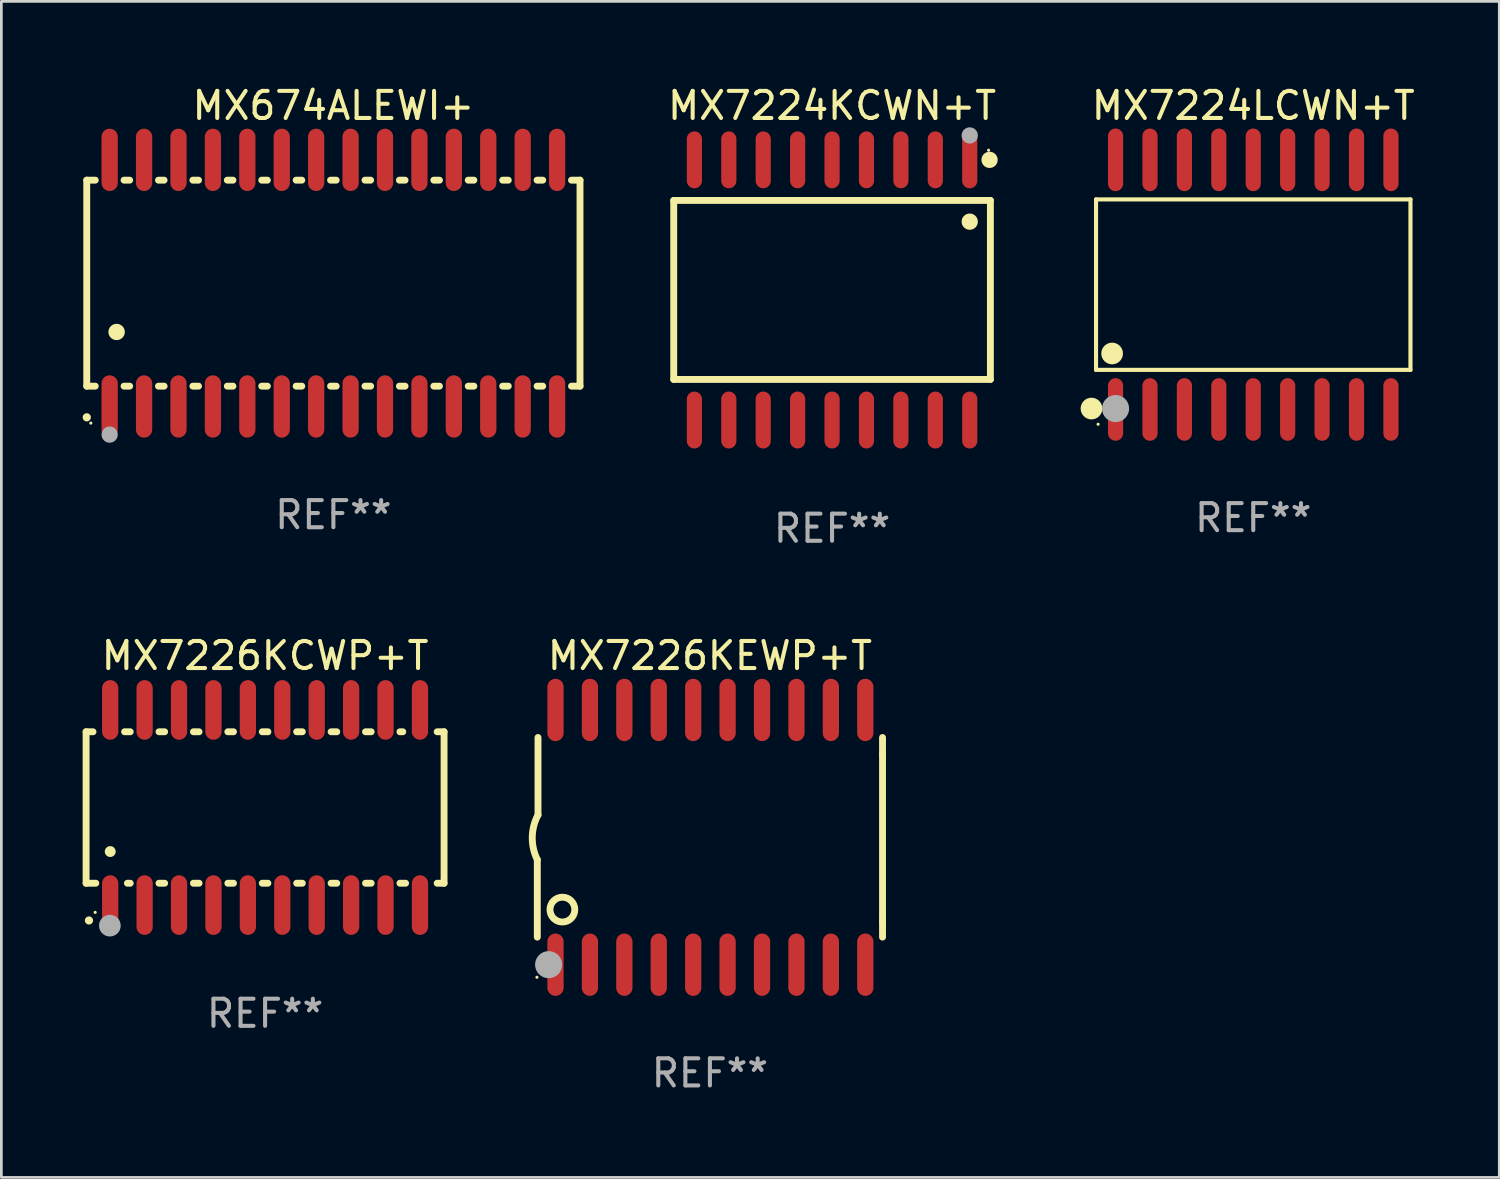
<source format=kicad_pcb>
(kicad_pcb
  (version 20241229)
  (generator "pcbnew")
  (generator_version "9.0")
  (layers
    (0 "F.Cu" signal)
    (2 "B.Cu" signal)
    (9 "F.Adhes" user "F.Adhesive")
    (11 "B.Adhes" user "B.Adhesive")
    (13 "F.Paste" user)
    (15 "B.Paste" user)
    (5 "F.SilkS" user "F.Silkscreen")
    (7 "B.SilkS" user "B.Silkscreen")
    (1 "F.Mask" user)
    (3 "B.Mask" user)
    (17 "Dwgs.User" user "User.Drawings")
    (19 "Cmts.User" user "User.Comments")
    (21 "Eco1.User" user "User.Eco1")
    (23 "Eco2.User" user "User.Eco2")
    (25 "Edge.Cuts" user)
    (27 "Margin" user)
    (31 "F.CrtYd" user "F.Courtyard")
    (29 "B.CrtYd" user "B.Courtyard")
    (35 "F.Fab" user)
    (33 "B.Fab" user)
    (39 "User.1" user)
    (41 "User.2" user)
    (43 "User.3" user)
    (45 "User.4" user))
  (footprint "MX7224LCWN+T"
    (layer "F.Cu")
    (at 43.192 7.453)
    (property "Reference" "MX7224LCWN+T" (at 0 -6.605 0) (layer "F.SilkS") (effects (font (size 1 1) (thickness 0.15))))
    (attr through_hole)
    (fp_line (start -5.801 -3.145) (end 5.801 -3.145) (stroke (width 0.152) (type solid)) (layer "F.SilkS"))
    (fp_line (start -5.801 3.145) (end -5.801 -3.145) (stroke (width 0.152) (type solid)) (layer "F.SilkS"))
    (fp_line (start 5.801 -3.145) (end 5.801 3.145) (stroke (width 0.152) (type solid)) (layer "F.SilkS"))
    (fp_line (start 5.801 3.145) (end -5.801 3.145) (stroke (width 0.152) (type solid)) (layer "F.SilkS"))
    (fp_circle (center -5.969 4.572) (end -5.769 4.572) (stroke (width 0.4) (type solid)) (fill no) (layer "F.SilkS"))
    (fp_circle (center -5.725 5.15) (end -5.695 5.15) (stroke (width 0.06) (type solid)) (fill no) (layer "F.SilkS"))
    (fp_circle (center -5.207 2.54) (end -5.007 2.54) (stroke (width 0.4) (type solid)) (fill no) (layer "F.SilkS"))
    (fp_circle (center -5.08 4.572) (end -4.83 4.572) (stroke (width 0.5) (type solid)) (fill no) (layer "F.Fab"))
    (fp_text user "REF**" (at 0 8.605 0) (layer "F.Fab") (effects (font (size 1 1) (thickness 0.15))))
    (pad "1" smd oval (at -5.08 4.605) (size 0.56 2.31) (layers "F.Cu" "F.Mask" "F.Paste"))
    (pad "2" smd oval (at -3.81 4.605) (size 0.56 2.31) (layers "F.Cu" "F.Mask" "F.Paste"))
    (pad "3" smd oval (at -2.54 4.605) (size 0.56 2.31) (layers "F.Cu" "F.Mask" "F.Paste"))
    (pad "4" smd oval (at -1.27 4.605) (size 0.56 2.31) (layers "F.Cu" "F.Mask" "F.Paste"))
    (pad "5" smd oval (at 0 4.605) (size 0.56 2.31) (layers "F.Cu" "F.Mask" "F.Paste"))
    (pad "6" smd oval (at 1.27 4.605) (size 0.56 2.31) (layers "F.Cu" "F.Mask" "F.Paste"))
    (pad "7" smd oval (at 2.54 4.605) (size 0.56 2.31) (layers "F.Cu" "F.Mask" "F.Paste"))
    (pad "8" smd oval (at 3.81 4.605) (size 0.56 2.31) (layers "F.Cu" "F.Mask" "F.Paste"))
    (pad "9" smd oval (at 5.08 4.605) (size 0.56 2.31) (layers "F.Cu" "F.Mask" "F.Paste"))
    (pad "10" smd oval (at 5.08 -4.605) (size 0.56 2.31) (layers "F.Cu" "F.Mask" "F.Paste"))
    (pad "11" smd oval (at 3.81 -4.605) (size 0.56 2.31) (layers "F.Cu" "F.Mask" "F.Paste"))
    (pad "12" smd oval (at 2.54 -4.605) (size 0.56 2.31) (layers "F.Cu" "F.Mask" "F.Paste"))
    (pad "13" smd oval (at 1.27 -4.605) (size 0.56 2.31) (layers "F.Cu" "F.Mask" "F.Paste"))
    (pad "14" smd oval (at 0 -4.605) (size 0.56 2.31) (layers "F.Cu" "F.Mask" "F.Paste"))
    (pad "15" smd oval (at -1.27 -4.605) (size 0.56 2.31) (layers "F.Cu" "F.Mask" "F.Paste"))
    (pad "16" smd oval (at -2.54 -4.605) (size 0.56 2.31) (layers "F.Cu" "F.Mask" "F.Paste"))
    (pad "17" smd oval (at -3.81 -4.605) (size 0.56 2.31) (layers "F.Cu" "F.Mask" "F.Paste"))
    (pad "18" smd oval (at -5.08 -4.605) (size 0.56 2.31) (layers "F.Cu" "F.Mask" "F.Paste")))
  (footprint "MX7224KCWN+T"
    (layer "F.Cu")
    (at 27.651 7.648)
    (property "Reference" "MX7224KCWN+T" (at 0 -6.8 0) (layer "F.SilkS") (effects (font (size 1 1) (thickness 0.15))))
    (attr through_hole)
    (fp_line (start -5.842 -3.302) (end -5.842 3.302) (stroke (width 0.254) (type solid)) (layer "F.SilkS"))
    (fp_line (start -5.842 3.302) (end 5.842 3.302) (stroke (width 0.254) (type solid)) (layer "F.SilkS"))
    (fp_line (start 5.842 -3.302) (end -5.842 -3.302) (stroke (width 0.254) (type solid)) (layer "F.SilkS"))
    (fp_line (start 5.842 3.302) (end 5.842 -3.302) (stroke (width 0.254) (type solid)) (layer "F.SilkS"))
    (fp_circle (center 5.08 -2.519) (end 5.23 -2.519) (stroke (width 0.3) (type solid)) (fill no) (layer "F.SilkS"))
    (fp_circle (center 5.775 -5.155) (end 5.805 -5.155) (stroke (width 0.06) (type solid)) (fill no) (layer "F.SilkS"))
    (fp_circle (center 5.812 -4.8) (end 5.962 -4.8) (stroke (width 0.3) (type solid)) (fill no) (layer "F.SilkS"))
    (fp_circle (center 5.08 -5.7) (end 5.23 -5.7) (stroke (width 0.3) (type solid)) (fill no) (layer "F.Fab"))
    (fp_text user "REF**" (at 0 8.8 0) (layer "F.Fab") (effects (font (size 1 1) (thickness 0.15))))
    (pad "1" smd oval (at 5.08 -4.8) (size 0.56 2.1) (layers "F.Cu" "F.Mask" "F.Paste"))
    (pad "2" smd oval (at 3.81 -4.8) (size 0.56 2.1) (layers "F.Cu" "F.Mask" "F.Paste"))
    (pad "3" smd oval (at 2.54 -4.8) (size 0.56 2.1) (layers "F.Cu" "F.Mask" "F.Paste"))
    (pad "4" smd oval (at 1.27 -4.8) (size 0.56 2.1) (layers "F.Cu" "F.Mask" "F.Paste"))
    (pad "5" smd oval (at 0 -4.8) (size 0.56 2.1) (layers "F.Cu" "F.Mask" "F.Paste"))
    (pad "6" smd oval (at -1.27 -4.8) (size 0.56 2.1) (layers "F.Cu" "F.Mask" "F.Paste"))
    (pad "7" smd oval (at -2.54 -4.8) (size 0.56 2.1) (layers "F.Cu" "F.Mask" "F.Paste"))
    (pad "8" smd oval (at -3.81 -4.8) (size 0.56 2.1) (layers "F.Cu" "F.Mask" "F.Paste"))
    (pad "9" smd oval (at -5.08 -4.8) (size 0.56 2.1) (layers "F.Cu" "F.Mask" "F.Paste"))
    (pad "10" smd oval (at -5.08 4.8) (size 0.56 2.1) (layers "F.Cu" "F.Mask" "F.Paste"))
    (pad "11" smd oval (at -3.81 4.8) (size 0.56 2.1) (layers "F.Cu" "F.Mask" "F.Paste"))
    (pad "12" smd oval (at -2.54 4.8) (size 0.56 2.1) (layers "F.Cu" "F.Mask" "F.Paste"))
    (pad "13" smd oval (at -1.27 4.8) (size 0.56 2.1) (layers "F.Cu" "F.Mask" "F.Paste"))
    (pad "14" smd oval (at 0 4.8) (size 0.56 2.1) (layers "F.Cu" "F.Mask" "F.Paste"))
    (pad "15" smd oval (at 1.27 4.8) (size 0.56 2.1) (layers "F.Cu" "F.Mask" "F.Paste"))
    (pad "16" smd oval (at 2.54 4.8) (size 0.56 2.1) (layers "F.Cu" "F.Mask" "F.Paste"))
    (pad "17" smd oval (at 3.81 4.8) (size 0.56 2.1) (layers "F.Cu" "F.Mask" "F.Paste"))
    (pad "18" smd oval (at 5.08 4.8) (size 0.56 2.1) (layers "F.Cu" "F.Mask" "F.Paste")))
  (footprint "MX674ALEWI+"
    (layer "F.Cu")
    (at 9.251 7.398)
    (property "Reference" "MX674ALEWI+" (at 0 -6.55 0) (layer "F.SilkS") (effects (font (size 1 1) (thickness 0.15))))
    (attr through_hole)
    (fp_line (start -9.1 -3.8) (end -9.1 3.8) (stroke (width 0.254) (type solid)) (layer "F.SilkS"))
    (fp_line (start -9.1 -3.8) (end -8.786 -3.8) (stroke (width 0.254) (type solid)) (layer "F.SilkS"))
    (fp_line (start -9.1 3.8) (end -8.786 3.8) (stroke (width 0.254) (type solid)) (layer "F.SilkS"))
    (fp_line (start -7.724 -3.8) (end -7.516 -3.8) (stroke (width 0.254) (type solid)) (layer "F.SilkS"))
    (fp_line (start -7.724 3.8) (end -7.516 3.8) (stroke (width 0.254) (type solid)) (layer "F.SilkS"))
    (fp_line (start -6.454 -3.8) (end -6.246 -3.8) (stroke (width 0.254) (type solid)) (layer "F.SilkS"))
    (fp_line (start -6.454 3.8) (end -6.246 3.8) (stroke (width 0.254) (type solid)) (layer "F.SilkS"))
    (fp_line (start -5.184 -3.8) (end -4.976 -3.8) (stroke (width 0.254) (type solid)) (layer "F.SilkS"))
    (fp_line (start -5.184 3.8) (end -4.976 3.8) (stroke (width 0.254) (type solid)) (layer "F.SilkS"))
    (fp_line (start -3.914 -3.8) (end -3.706 -3.8) (stroke (width 0.254) (type solid)) (layer "F.SilkS"))
    (fp_line (start -3.914 3.8) (end -3.706 3.8) (stroke (width 0.254) (type solid)) (layer "F.SilkS"))
    (fp_line (start -2.644 -3.8) (end -2.436 -3.8) (stroke (width 0.254) (type solid)) (layer "F.SilkS"))
    (fp_line (start -2.644 3.8) (end -2.436 3.8) (stroke (width 0.254) (type solid)) (layer "F.SilkS"))
    (fp_line (start -1.374 -3.8) (end -1.166 -3.8) (stroke (width 0.254) (type solid)) (layer "F.SilkS"))
    (fp_line (start -1.374 3.8) (end -1.166 3.8) (stroke (width 0.254) (type solid)) (layer "F.SilkS"))
    (fp_line (start -0.104 -3.8) (end 0.104 -3.8) (stroke (width 0.254) (type solid)) (layer "F.SilkS"))
    (fp_line (start -0.104 3.8) (end 0.104 3.8) (stroke (width 0.254) (type solid)) (layer "F.SilkS"))
    (fp_line (start 1.166 -3.8) (end 1.374 -3.8) (stroke (width 0.254) (type solid)) (layer "F.SilkS"))
    (fp_line (start 1.166 3.8) (end 1.374 3.8) (stroke (width 0.254) (type solid)) (layer "F.SilkS"))
    (fp_line (start 2.436 -3.8) (end 2.644 -3.8) (stroke (width 0.254) (type solid)) (layer "F.SilkS"))
    (fp_line (start 2.436 3.8) (end 2.644 3.8) (stroke (width 0.254) (type solid)) (layer "F.SilkS"))
    (fp_line (start 3.706 -3.8) (end 3.914 -3.8) (stroke (width 0.254) (type solid)) (layer "F.SilkS"))
    (fp_line (start 3.706 3.8) (end 3.914 3.8) (stroke (width 0.254) (type solid)) (layer "F.SilkS"))
    (fp_line (start 4.976 -3.8) (end 5.184 -3.8) (stroke (width 0.254) (type solid)) (layer "F.SilkS"))
    (fp_line (start 4.976 3.8) (end 5.184 3.8) (stroke (width 0.254) (type solid)) (layer "F.SilkS"))
    (fp_line (start 6.246 -3.8) (end 6.454 -3.8) (stroke (width 0.254) (type solid)) (layer "F.SilkS"))
    (fp_line (start 6.246 3.8) (end 6.454 3.8) (stroke (width 0.254) (type solid)) (layer "F.SilkS"))
    (fp_line (start 7.516 -3.8) (end 7.724 -3.8) (stroke (width 0.254) (type solid)) (layer "F.SilkS"))
    (fp_line (start 7.516 3.8) (end 7.724 3.8) (stroke (width 0.254) (type solid)) (layer "F.SilkS"))
    (fp_line (start 8.786 -3.8) (end 9.1 -3.8) (stroke (width 0.254) (type solid)) (layer "F.SilkS"))
    (fp_line (start 8.786 3.8) (end 9.1 3.8) (stroke (width 0.254) (type solid)) (layer "F.SilkS"))
    (fp_line (start 9.1 -3.8) (end 9.1 3.8) (stroke (width 0.254) (type solid)) (layer "F.SilkS"))
    (fp_arc (start -9.100864 4.95047) (mid -9.099594 4.950465) (end -9.098324 4.95047) (stroke (width 0.3) (type solid)) (layer "F.SilkS"))
    (fp_arc (start -8.001041 1.800864) (mid -7.998501 1.800853) (end -7.995961 1.800864) (stroke (width 0.6) (type solid)) (layer "F.SilkS"))
    (fp_circle (center -8.95 5.163) (end -8.92 5.163) (stroke (width 0.06) (type solid)) (fill no) (layer "F.SilkS"))
    (fp_circle (center -8.255 5.588) (end -8.105 5.588) (stroke (width 0.3) (type solid)) (fill no) (layer "F.Fab"))
    (fp_text user "REF**" (at 0 8.55 0) (layer "F.Fab") (effects (font (size 1 1) (thickness 0.15))))
    (pad "1" smd oval (at -8.255 4.55 180) (size 0.6 2.3) (layers "F.Cu" "F.Mask" "F.Paste"))
    (pad "2" smd oval (at -6.985 4.55 180) (size 0.6 2.3) (layers "F.Cu" "F.Mask" "F.Paste"))
    (pad "3" smd oval (at -5.715 4.55 180) (size 0.6 2.3) (layers "F.Cu" "F.Mask" "F.Paste"))
    (pad "4" smd oval (at -4.445 4.55 180) (size 0.6 2.3) (layers "F.Cu" "F.Mask" "F.Paste"))
    (pad "5" smd oval (at -3.175 4.55 180) (size 0.6 2.3) (layers "F.Cu" "F.Mask" "F.Paste"))
    (pad "6" smd oval (at -1.905 4.55 180) (size 0.6 2.3) (layers "F.Cu" "F.Mask" "F.Paste"))
    (pad "7" smd oval (at -0.635 4.55 180) (size 0.6 2.3) (layers "F.Cu" "F.Mask" "F.Paste"))
    (pad "8" smd oval (at 0.635 4.55 180) (size 0.6 2.3) (layers "F.Cu" "F.Mask" "F.Paste"))
    (pad "9" smd oval (at 1.905 4.55 180) (size 0.6 2.3) (layers "F.Cu" "F.Mask" "F.Paste"))
    (pad "10" smd oval (at 3.175 4.55 180) (size 0.6 2.3) (layers "F.Cu" "F.Mask" "F.Paste"))
    (pad "11" smd oval (at 4.445 4.55 180) (size 0.6 2.3) (layers "F.Cu" "F.Mask" "F.Paste"))
    (pad "12" smd oval (at 5.715 4.55 180) (size 0.6 2.3) (layers "F.Cu" "F.Mask" "F.Paste"))
    (pad "13" smd oval (at 6.985 4.55 180) (size 0.6 2.3) (layers "F.Cu" "F.Mask" "F.Paste"))
    (pad "14" smd oval (at 8.255 4.55 180) (size 0.6 2.3) (layers "F.Cu" "F.Mask" "F.Paste"))
    (pad "15" smd oval (at 8.255 -4.55 180) (size 0.6 2.3) (layers "F.Cu" "F.Mask" "F.Paste"))
    (pad "16" smd oval (at 6.985 -4.55 180) (size 0.6 2.3) (layers "F.Cu" "F.Mask" "F.Paste"))
    (pad "17" smd oval (at 5.715 -4.55 180) (size 0.6 2.3) (layers "F.Cu" "F.Mask" "F.Paste"))
    (pad "18" smd oval (at 4.445 -4.55 180) (size 0.6 2.3) (layers "F.Cu" "F.Mask" "F.Paste"))
    (pad "19" smd oval (at 3.175 -4.55 180) (size 0.6 2.3) (layers "F.Cu" "F.Mask" "F.Paste"))
    (pad "20" smd oval (at 1.905 -4.55 180) (size 0.6 2.3) (layers "F.Cu" "F.Mask" "F.Paste"))
    (pad "21" smd oval (at 0.635 -4.55 180) (size 0.6 2.3) (layers "F.Cu" "F.Mask" "F.Paste"))
    (pad "22" smd oval (at -0.635 -4.55 180) (size 0.6 2.3) (layers "F.Cu" "F.Mask" "F.Paste"))
    (pad "23" smd oval (at -1.905 -4.55 180) (size 0.6 2.3) (layers "F.Cu" "F.Mask" "F.Paste"))
    (pad "24" smd oval (at -3.175 -4.55 180) (size 0.6 2.3) (layers "F.Cu" "F.Mask" "F.Paste"))
    (pad "25" smd oval (at -4.445 -4.55 180) (size 0.6 2.3) (layers "F.Cu" "F.Mask" "F.Paste"))
    (pad "26" smd oval (at -5.715 -4.55 180) (size 0.6 2.3) (layers "F.Cu" "F.Mask" "F.Paste"))
    (pad "27" smd oval (at -6.985 -4.55 180) (size 0.6 2.3) (layers "F.Cu" "F.Mask" "F.Paste"))
    (pad "28" smd oval (at -8.255 -4.55 180) (size 0.6 2.3) (layers "F.Cu" "F.Mask" "F.Paste")))
  (footprint "MX7226KCWP+T"
    (layer "F.Cu")
    (at 6.731 26.745)
    (property "Reference" "MX7226KCWP+T" (at 0 -5.6 0) (layer "F.SilkS") (effects (font (size 1 1) (thickness 0.15))))
    (attr through_hole)
    (fp_line (start -6.604 -2.794) (end -6.604 2.794) (stroke (width 0.254) (type solid)) (layer "F.SilkS"))
    (fp_line (start -6.604 2.794) (end -6.246 2.794) (stroke (width 0.254) (type solid)) (layer "F.SilkS"))
    (fp_line (start -6.35 -2.794) (end -6.604 -2.794) (stroke (width 0.254) (type solid)) (layer "F.SilkS"))
    (fp_line (start -5.184 -2.794) (end -4.976 -2.794) (stroke (width 0.254) (type solid)) (layer "F.SilkS"))
    (fp_line (start -5.08 2.794) (end -4.976 2.794) (stroke (width 0.254) (type solid)) (layer "F.SilkS"))
    (fp_line (start -3.914 -2.794) (end -3.706 -2.794) (stroke (width 0.254) (type solid)) (layer "F.SilkS"))
    (fp_line (start -3.914 2.794) (end -3.706 2.794) (stroke (width 0.254) (type solid)) (layer "F.SilkS"))
    (fp_line (start -2.644 -2.794) (end -2.436 -2.794) (stroke (width 0.254) (type solid)) (layer "F.SilkS"))
    (fp_line (start -2.644 2.794) (end -2.436 2.794) (stroke (width 0.254) (type solid)) (layer "F.SilkS"))
    (fp_line (start -1.374 -2.794) (end -1.166 -2.794) (stroke (width 0.254) (type solid)) (layer "F.SilkS"))
    (fp_line (start -1.374 2.794) (end -1.166 2.794) (stroke (width 0.254) (type solid)) (layer "F.SilkS"))
    (fp_line (start -0.104 -2.794) (end 0.104 -2.794) (stroke (width 0.254) (type solid)) (layer "F.SilkS"))
    (fp_line (start -0.104 2.794) (end 0.104 2.794) (stroke (width 0.254) (type solid)) (layer "F.SilkS"))
    (fp_line (start 1.166 -2.794) (end 1.374 -2.794) (stroke (width 0.254) (type solid)) (layer "F.SilkS"))
    (fp_line (start 1.166 2.794) (end 1.374 2.794) (stroke (width 0.254) (type solid)) (layer "F.SilkS"))
    (fp_line (start 2.436 -2.794) (end 2.644 -2.794) (stroke (width 0.254) (type solid)) (layer "F.SilkS"))
    (fp_line (start 2.436 2.794) (end 2.644 2.794) (stroke (width 0.254) (type solid)) (layer "F.SilkS"))
    (fp_line (start 3.706 -2.794) (end 3.914 -2.794) (stroke (width 0.254) (type solid)) (layer "F.SilkS"))
    (fp_line (start 3.706 2.794) (end 3.914 2.794) (stroke (width 0.254) (type solid)) (layer "F.SilkS"))
    (fp_line (start 4.976 -2.794) (end 5.08 -2.794) (stroke (width 0.254) (type solid)) (layer "F.SilkS"))
    (fp_line (start 4.976 2.794) (end 5.184 2.794) (stroke (width 0.254) (type solid)) (layer "F.SilkS"))
    (fp_line (start 6.35 -2.794) (end 6.604 -2.794) (stroke (width 0.254) (type solid)) (layer "F.SilkS"))
    (fp_line (start 6.604 -2.794) (end 6.604 2.794) (stroke (width 0.254) (type solid)) (layer "F.SilkS"))
    (fp_line (start 6.604 2.794) (end 6.35 2.794) (stroke (width 0.254) (type solid)) (layer "F.SilkS"))
    (fp_arc (start -6.499619 4.167793) (mid -6.498349 4.167788) (end -6.497079 4.167793) (stroke (width 0.3) (type solid)) (layer "F.SilkS"))
    (fp_arc (start -5.715011 1.625603) (mid -5.713741 1.625599) (end -5.712471 1.625603) (stroke (width 0.4) (type solid)) (layer "F.SilkS"))
    (fp_circle (center -6.27 3.87) (end -6.24 3.87) (stroke (width 0.06) (type solid)) (fill no) (layer "F.SilkS"))
    (fp_circle (center -5.727 4.359) (end -5.527 4.359) (stroke (width 0.4) (type solid)) (fill no) (layer "F.Fab"))
    (fp_text user "REF**" (at 0 7.6 0) (layer "F.Fab") (effects (font (size 1 1) (thickness 0.15))))
    (pad "1" smd oval (at -5.715 3.6) (size 0.6 2.2) (layers "F.Cu" "F.Mask" "F.Paste"))
    (pad "2" smd oval (at -4.445 3.6) (size 0.6 2.2) (layers "F.Cu" "F.Mask" "F.Paste"))
    (pad "3" smd oval (at -3.175 3.6) (size 0.6 2.2) (layers "F.Cu" "F.Mask" "F.Paste"))
    (pad "4" smd oval (at -1.905 3.6) (size 0.6 2.2) (layers "F.Cu" "F.Mask" "F.Paste"))
    (pad "5" smd oval (at -0.635 3.6) (size 0.6 2.2) (layers "F.Cu" "F.Mask" "F.Paste"))
    (pad "6" smd oval (at 0.635 3.6) (size 0.6 2.2) (layers "F.Cu" "F.Mask" "F.Paste"))
    (pad "7" smd oval (at 1.905 3.6) (size 0.6 2.2) (layers "F.Cu" "F.Mask" "F.Paste"))
    (pad "8" smd oval (at 3.175 3.6) (size 0.6 2.2) (layers "F.Cu" "F.Mask" "F.Paste"))
    (pad "9" smd oval (at 4.445 3.6) (size 0.6 2.2) (layers "F.Cu" "F.Mask" "F.Paste"))
    (pad "10" smd oval (at 5.715 3.6) (size 0.6 2.2) (layers "F.Cu" "F.Mask" "F.Paste"))
    (pad "11" smd oval (at 5.715 -3.6 180) (size 0.6 2.2) (layers "F.Cu" "F.Mask" "F.Paste"))
    (pad "12" smd oval (at 4.445 -3.6 180) (size 0.6 2.2) (layers "F.Cu" "F.Mask" "F.Paste"))
    (pad "13" smd oval (at 3.175 -3.6 180) (size 0.6 2.2) (layers "F.Cu" "F.Mask" "F.Paste"))
    (pad "14" smd oval (at 1.905 -3.6 180) (size 0.6 2.2) (layers "F.Cu" "F.Mask" "F.Paste"))
    (pad "15" smd oval (at 0.635 -3.6 180) (size 0.6 2.2) (layers "F.Cu" "F.Mask" "F.Paste"))
    (pad "16" smd oval (at -0.635 -3.6 180) (size 0.6 2.2) (layers "F.Cu" "F.Mask" "F.Paste"))
    (pad "17" smd oval (at -1.905 -3.6 180) (size 0.6 2.2) (layers "F.Cu" "F.Mask" "F.Paste"))
    (pad "18" smd oval (at -3.175 -3.6 180) (size 0.6 2.2) (layers "F.Cu" "F.Mask" "F.Paste"))
    (pad "19" smd oval (at -4.445 -3.6 180) (size 0.6 2.2) (layers "F.Cu" "F.Mask" "F.Paste"))
    (pad "20" smd oval (at -5.715 -3.6 180) (size 0.6 2.2) (layers "F.Cu" "F.Mask" "F.Paste")))
  (footprint "MX7226KEWP+T"
    (layer "F.Cu")
    (at 23.144 27.845)
    (property "Reference" "MX7226KEWP+T" (at 0 -6.7 0) (layer "F.SilkS") (effects (font (size 1 1) (thickness 0.15))))
    (attr through_hole)
    (fp_line (start -6.369 0.826) (end -6.369 3.683) (stroke (width 0.254) (type solid)) (layer "F.SilkS"))
    (fp_line (start -6.343 -0.825) (end -6.343 -3.683) (stroke (width 0.254) (type solid)) (layer "F.SilkS"))
    (fp_line (start 6.369 -3.048) (end 6.369 -3.683) (stroke (width 0.254) (type solid)) (layer "F.SilkS"))
    (fp_line (start 6.369 -3.048) (end 6.369 3.096) (stroke (width 0.254) (type solid)) (layer "F.SilkS"))
    (fp_line (start 6.369 3.096) (end 6.369 3.683) (stroke (width 0.254) (type solid)) (layer "F.SilkS"))
    (fp_arc (start -6.36853 0.825552) (mid -6.554743 -0.00301) (end -6.343129 -0.825451) (stroke (width 0.254001) (type solid)) (layer "F.SilkS"))
    (fp_circle (center -6.382 5.163) (end -6.352 5.163) (stroke (width 0.06) (type solid)) (fill no) (layer "F.SilkS"))
    (fp_circle (center -5.443 2.667) (end -4.985 2.667) (stroke (width 0.254) (type solid)) (fill no) (layer "F.SilkS"))
    (fp_circle (center -5.951 4.699) (end -5.701 4.699) (stroke (width 0.5) (type solid)) (fill no) (layer "F.Fab"))
    (fp_text user "REF**" (at 0 8.7 0) (layer "F.Fab") (effects (font (size 1 1) (thickness 0.15))))
    (pad "1" smd oval (at -5.697 4.7 180) (size 0.6 2.3) (layers "F.Cu" "F.Mask" "F.Paste"))
    (pad "2" smd oval (at -4.427 4.7 180) (size 0.6 2.3) (layers "F.Cu" "F.Mask" "F.Paste"))
    (pad "3" smd oval (at -3.157 4.7 180) (size 0.6 2.3) (layers "F.Cu" "F.Mask" "F.Paste"))
    (pad "4" smd oval (at -1.887 4.7 180) (size 0.6 2.3) (layers "F.Cu" "F.Mask" "F.Paste"))
    (pad "5" smd oval (at -0.617 4.7 180) (size 0.6 2.3) (layers "F.Cu" "F.Mask" "F.Paste"))
    (pad "6" smd oval (at 0.653 4.7 180) (size 0.6 2.3) (layers "F.Cu" "F.Mask" "F.Paste"))
    (pad "7" smd oval (at 1.923 4.7 180) (size 0.6 2.3) (layers "F.Cu" "F.Mask" "F.Paste"))
    (pad "8" smd oval (at 3.193 4.7 180) (size 0.6 2.3) (layers "F.Cu" "F.Mask" "F.Paste"))
    (pad "9" smd oval (at 4.463 4.7 180) (size 0.6 2.3) (layers "F.Cu" "F.Mask" "F.Paste"))
    (pad "10" smd oval (at 5.734 4.7 180) (size 0.6 2.3) (layers "F.Cu" "F.Mask" "F.Paste"))
    (pad "11" smd oval (at 5.734 -4.7 180) (size 0.6 2.3) (layers "F.Cu" "F.Mask" "F.Paste"))
    (pad "12" smd oval (at 4.463 -4.7 180) (size 0.6 2.3) (layers "F.Cu" "F.Mask" "F.Paste"))
    (pad "13" smd oval (at 3.193 -4.7 180) (size 0.6 2.3) (layers "F.Cu" "F.Mask" "F.Paste"))
    (pad "14" smd oval (at 1.923 -4.7 180) (size 0.6 2.3) (layers "F.Cu" "F.Mask" "F.Paste"))
    (pad "15" smd oval (at 0.653 -4.7 180) (size 0.6 2.3) (layers "F.Cu" "F.Mask" "F.Paste"))
    (pad "16" smd oval (at -0.617 -4.7 180) (size 0.6 2.3) (layers "F.Cu" "F.Mask" "F.Paste"))
    (pad "17" smd oval (at -1.887 -4.7 180) (size 0.6 2.3) (layers "F.Cu" "F.Mask" "F.Paste"))
    (pad "18" smd oval (at -3.157 -4.7 180) (size 0.6 2.3) (layers "F.Cu" "F.Mask" "F.Paste"))
    (pad "19" smd oval (at -4.427 -4.7 180) (size 0.6 2.3) (layers "F.Cu" "F.Mask" "F.Paste"))
    (pad "20" smd oval (at -5.697 -4.7 180) (size 0.6 2.3) (layers "F.Cu" "F.Mask" "F.Paste")))
  (gr_rect
    (start -3 -3)
    (end 52.27 40.393)
    (stroke (width 0.1) (type default))
    (fill no)
    (layer "Edge.Cuts")))
</source>
